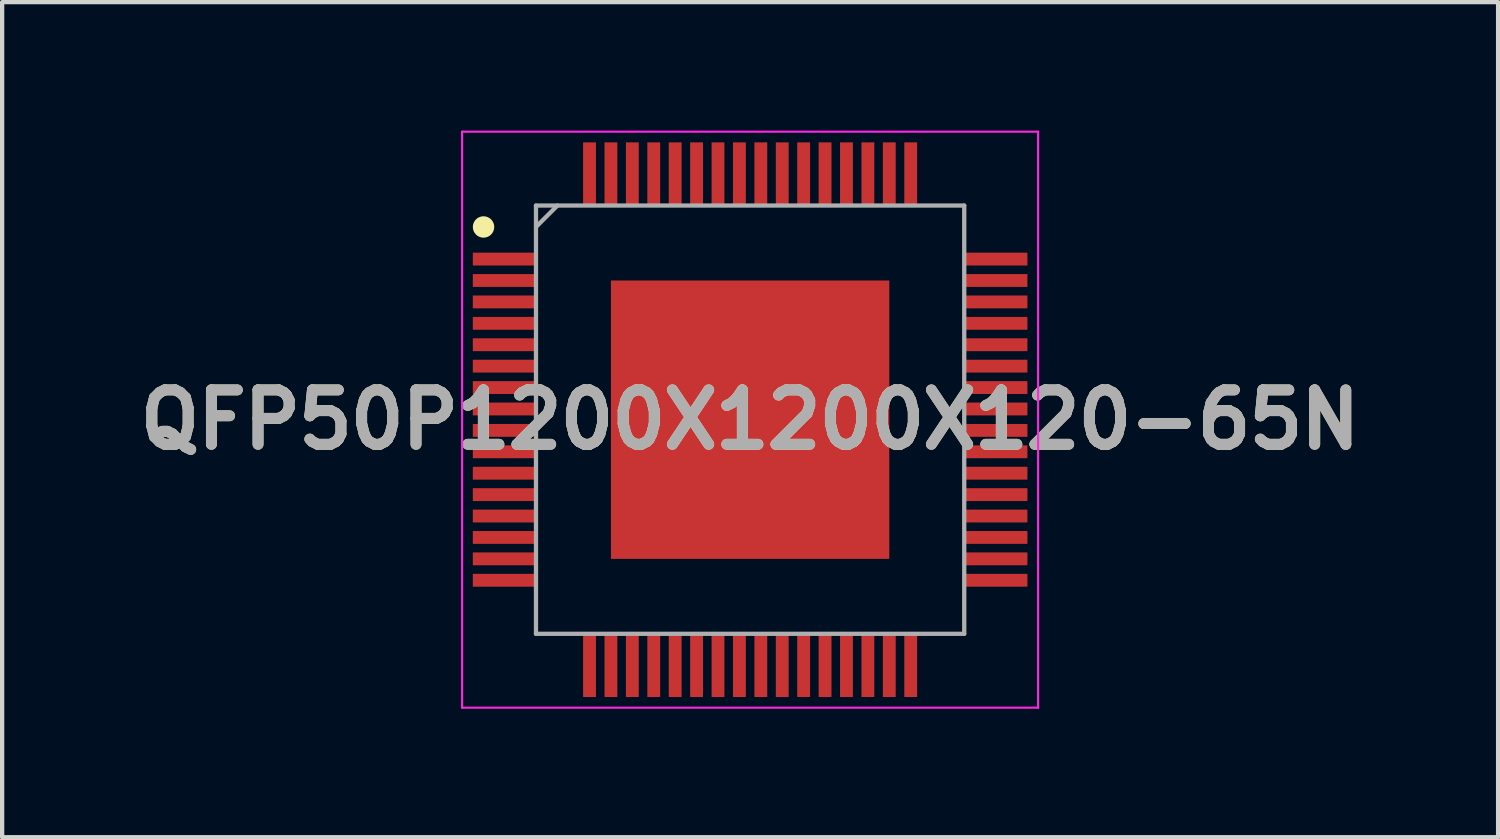
<source format=kicad_pcb>
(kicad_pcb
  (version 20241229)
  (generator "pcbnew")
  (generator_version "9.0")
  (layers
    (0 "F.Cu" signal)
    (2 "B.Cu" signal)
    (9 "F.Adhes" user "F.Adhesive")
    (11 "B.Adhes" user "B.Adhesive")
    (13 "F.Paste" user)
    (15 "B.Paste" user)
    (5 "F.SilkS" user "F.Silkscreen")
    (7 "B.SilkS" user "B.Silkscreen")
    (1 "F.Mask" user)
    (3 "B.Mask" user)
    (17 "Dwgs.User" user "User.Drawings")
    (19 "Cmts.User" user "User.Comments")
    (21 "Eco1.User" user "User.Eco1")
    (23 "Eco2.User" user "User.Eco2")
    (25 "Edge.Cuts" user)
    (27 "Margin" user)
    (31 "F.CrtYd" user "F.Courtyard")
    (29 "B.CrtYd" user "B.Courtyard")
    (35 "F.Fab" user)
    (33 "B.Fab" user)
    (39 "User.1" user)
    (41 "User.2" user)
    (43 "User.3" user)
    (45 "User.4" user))
  (footprint "QFP50P1200X1200X120-65N"
    (layer "F.Cu")
    (at 14.466 6.75)
    (property "Reference" "QFP50P1200X1200X120-65N" (at 0 0 0) (layer "F.SilkS") (effects (font (size 1.27 1.27) (thickness 0.254))))
    (attr smd)
    (fp_circle (center -6.225 -4.5) (end -6.225 -4.375) (stroke (width 0.25) (type solid)) (fill no) (layer "F.SilkS"))
    (fp_line (start -6.725 -6.725) (end 6.725 -6.725) (stroke (width 0.05) (type solid)) (layer "F.CrtYd"))
    (fp_line (start -6.725 6.725) (end -6.725 -6.725) (stroke (width 0.05) (type solid)) (layer "F.CrtYd"))
    (fp_line (start 6.725 -6.725) (end 6.725 6.725) (stroke (width 0.05) (type solid)) (layer "F.CrtYd"))
    (fp_line (start 6.725 6.725) (end -6.725 6.725) (stroke (width 0.05) (type solid)) (layer "F.CrtYd"))
    (fp_line (start -5 -5) (end 5 -5) (stroke (width 0.1) (type solid)) (layer "F.Fab"))
    (fp_line (start -5 -4.5) (end -4.5 -5) (stroke (width 0.1) (type solid)) (layer "F.Fab"))
    (fp_line (start -5 5) (end -5 -5) (stroke (width 0.1) (type solid)) (layer "F.Fab"))
    (fp_line (start 5 -5) (end 5 5) (stroke (width 0.1) (type solid)) (layer "F.Fab"))
    (fp_line (start 5 5) (end -5 5) (stroke (width 0.1) (type solid)) (layer "F.Fab"))
    (fp_text user "${REFERENCE}" (at 0 0 0) (layer "F.Fab") (effects (font (size 1.27 1.27) (thickness 0.254))))
    (pad "1" smd rect (at -5.738 -3.75 90) (size 0.3 1.475) (layers "F.Cu" "F.Mask" "F.Paste"))
    (pad "2" smd rect (at -5.738 -3.25 90) (size 0.3 1.475) (layers "F.Cu" "F.Mask" "F.Paste"))
    (pad "3" smd rect (at -5.738 -2.75 90) (size 0.3 1.475) (layers "F.Cu" "F.Mask" "F.Paste"))
    (pad "4" smd rect (at -5.738 -2.25 90) (size 0.3 1.475) (layers "F.Cu" "F.Mask" "F.Paste"))
    (pad "5" smd rect (at -5.738 -1.75 90) (size 0.3 1.475) (layers "F.Cu" "F.Mask" "F.Paste"))
    (pad "6" smd rect (at -5.738 -1.25 90) (size 0.3 1.475) (layers "F.Cu" "F.Mask" "F.Paste"))
    (pad "7" smd rect (at -5.738 -0.75 90) (size 0.3 1.475) (layers "F.Cu" "F.Mask" "F.Paste"))
    (pad "8" smd rect (at -5.738 -0.25 90) (size 0.3 1.475) (layers "F.Cu" "F.Mask" "F.Paste"))
    (pad "9" smd rect (at -5.738 0.25 90) (size 0.3 1.475) (layers "F.Cu" "F.Mask" "F.Paste"))
    (pad "10" smd rect (at -5.738 0.75 90) (size 0.3 1.475) (layers "F.Cu" "F.Mask" "F.Paste"))
    (pad "11" smd rect (at -5.738 1.25 90) (size 0.3 1.475) (layers "F.Cu" "F.Mask" "F.Paste"))
    (pad "12" smd rect (at -5.738 1.75 90) (size 0.3 1.475) (layers "F.Cu" "F.Mask" "F.Paste"))
    (pad "13" smd rect (at -5.738 2.25 90) (size 0.3 1.475) (layers "F.Cu" "F.Mask" "F.Paste"))
    (pad "14" smd rect (at -5.738 2.75 90) (size 0.3 1.475) (layers "F.Cu" "F.Mask" "F.Paste"))
    (pad "15" smd rect (at -5.738 3.25 90) (size 0.3 1.475) (layers "F.Cu" "F.Mask" "F.Paste"))
    (pad "16" smd rect (at -5.738 3.75 90) (size 0.3 1.475) (layers "F.Cu" "F.Mask" "F.Paste"))
    (pad "17" smd rect (at -3.75 5.738) (size 0.3 1.475) (layers "F.Cu" "F.Mask" "F.Paste"))
    (pad "18" smd rect (at -3.25 5.738) (size 0.3 1.475) (layers "F.Cu" "F.Mask" "F.Paste"))
    (pad "19" smd rect (at -2.75 5.738) (size 0.3 1.475) (layers "F.Cu" "F.Mask" "F.Paste"))
    (pad "20" smd rect (at -2.25 5.738) (size 0.3 1.475) (layers "F.Cu" "F.Mask" "F.Paste"))
    (pad "21" smd rect (at -1.75 5.738) (size 0.3 1.475) (layers "F.Cu" "F.Mask" "F.Paste"))
    (pad "22" smd rect (at -1.25 5.738) (size 0.3 1.475) (layers "F.Cu" "F.Mask" "F.Paste"))
    (pad "23" smd rect (at -0.75 5.738) (size 0.3 1.475) (layers "F.Cu" "F.Mask" "F.Paste"))
    (pad "24" smd rect (at -0.25 5.738) (size 0.3 1.475) (layers "F.Cu" "F.Mask" "F.Paste"))
    (pad "25" smd rect (at 0.25 5.738) (size 0.3 1.475) (layers "F.Cu" "F.Mask" "F.Paste"))
    (pad "26" smd rect (at 0.75 5.738) (size 0.3 1.475) (layers "F.Cu" "F.Mask" "F.Paste"))
    (pad "27" smd rect (at 1.25 5.738) (size 0.3 1.475) (layers "F.Cu" "F.Mask" "F.Paste"))
    (pad "28" smd rect (at 1.75 5.738) (size 0.3 1.475) (layers "F.Cu" "F.Mask" "F.Paste"))
    (pad "29" smd rect (at 2.25 5.738) (size 0.3 1.475) (layers "F.Cu" "F.Mask" "F.Paste"))
    (pad "30" smd rect (at 2.75 5.738) (size 0.3 1.475) (layers "F.Cu" "F.Mask" "F.Paste"))
    (pad "31" smd rect (at 3.25 5.738) (size 0.3 1.475) (layers "F.Cu" "F.Mask" "F.Paste"))
    (pad "32" smd rect (at 3.75 5.738) (size 0.3 1.475) (layers "F.Cu" "F.Mask" "F.Paste"))
    (pad "33" smd rect (at 5.738 3.75 90) (size 0.3 1.475) (layers "F.Cu" "F.Mask" "F.Paste"))
    (pad "34" smd rect (at 5.738 3.25 90) (size 0.3 1.475) (layers "F.Cu" "F.Mask" "F.Paste"))
    (pad "35" smd rect (at 5.738 2.75 90) (size 0.3 1.475) (layers "F.Cu" "F.Mask" "F.Paste"))
    (pad "36" smd rect (at 5.738 2.25 90) (size 0.3 1.475) (layers "F.Cu" "F.Mask" "F.Paste"))
    (pad "37" smd rect (at 5.738 1.75 90) (size 0.3 1.475) (layers "F.Cu" "F.Mask" "F.Paste"))
    (pad "38" smd rect (at 5.738 1.25 90) (size 0.3 1.475) (layers "F.Cu" "F.Mask" "F.Paste"))
    (pad "39" smd rect (at 5.738 0.75 90) (size 0.3 1.475) (layers "F.Cu" "F.Mask" "F.Paste"))
    (pad "40" smd rect (at 5.738 0.25 90) (size 0.3 1.475) (layers "F.Cu" "F.Mask" "F.Paste"))
    (pad "41" smd rect (at 5.738 -0.25 90) (size 0.3 1.475) (layers "F.Cu" "F.Mask" "F.Paste"))
    (pad "42" smd rect (at 5.738 -0.75 90) (size 0.3 1.475) (layers "F.Cu" "F.Mask" "F.Paste"))
    (pad "43" smd rect (at 5.738 -1.25 90) (size 0.3 1.475) (layers "F.Cu" "F.Mask" "F.Paste"))
    (pad "44" smd rect (at 5.738 -1.75 90) (size 0.3 1.475) (layers "F.Cu" "F.Mask" "F.Paste"))
    (pad "45" smd rect (at 5.738 -2.25 90) (size 0.3 1.475) (layers "F.Cu" "F.Mask" "F.Paste"))
    (pad "46" smd rect (at 5.738 -2.75 90) (size 0.3 1.475) (layers "F.Cu" "F.Mask" "F.Paste"))
    (pad "47" smd rect (at 5.738 -3.25 90) (size 0.3 1.475) (layers "F.Cu" "F.Mask" "F.Paste"))
    (pad "48" smd rect (at 5.738 -3.75 90) (size 0.3 1.475) (layers "F.Cu" "F.Mask" "F.Paste"))
    (pad "49" smd rect (at 3.75 -5.738) (size 0.3 1.475) (layers "F.Cu" "F.Mask" "F.Paste"))
    (pad "50" smd rect (at 3.25 -5.738) (size 0.3 1.475) (layers "F.Cu" "F.Mask" "F.Paste"))
    (pad "51" smd rect (at 2.75 -5.738) (size 0.3 1.475) (layers "F.Cu" "F.Mask" "F.Paste"))
    (pad "52" smd rect (at 2.25 -5.738) (size 0.3 1.475) (layers "F.Cu" "F.Mask" "F.Paste"))
    (pad "53" smd rect (at 1.75 -5.738) (size 0.3 1.475) (layers "F.Cu" "F.Mask" "F.Paste"))
    (pad "54" smd rect (at 1.25 -5.738) (size 0.3 1.475) (layers "F.Cu" "F.Mask" "F.Paste"))
    (pad "55" smd rect (at 0.75 -5.738) (size 0.3 1.475) (layers "F.Cu" "F.Mask" "F.Paste"))
    (pad "56" smd rect (at 0.25 -5.738) (size 0.3 1.475) (layers "F.Cu" "F.Mask" "F.Paste"))
    (pad "57" smd rect (at -0.25 -5.738) (size 0.3 1.475) (layers "F.Cu" "F.Mask" "F.Paste"))
    (pad "58" smd rect (at -0.75 -5.738) (size 0.3 1.475) (layers "F.Cu" "F.Mask" "F.Paste"))
    (pad "59" smd rect (at -1.25 -5.738) (size 0.3 1.475) (layers "F.Cu" "F.Mask" "F.Paste"))
    (pad "60" smd rect (at -1.75 -5.738) (size 0.3 1.475) (layers "F.Cu" "F.Mask" "F.Paste"))
    (pad "61" smd rect (at -2.25 -5.738) (size 0.3 1.475) (layers "F.Cu" "F.Mask" "F.Paste"))
    (pad "62" smd rect (at -2.75 -5.738) (size 0.3 1.475) (layers "F.Cu" "F.Mask" "F.Paste"))
    (pad "63" smd rect (at -3.25 -5.738) (size 0.3 1.475) (layers "F.Cu" "F.Mask" "F.Paste"))
    (pad "64" smd rect (at -3.75 -5.738) (size 0.3 1.475) (layers "F.Cu" "F.Mask" "F.Paste"))
    (pad "65" smd rect (at 0 0) (size 6.5 6.5) (layers "F.Cu" "F.Mask" "F.Paste")))
  (gr_rect
    (start -3 -3)
    (end 31.932 16.5)
    (stroke (width 0.1) (type default))
    (fill no)
    (layer "Edge.Cuts")))
</source>
